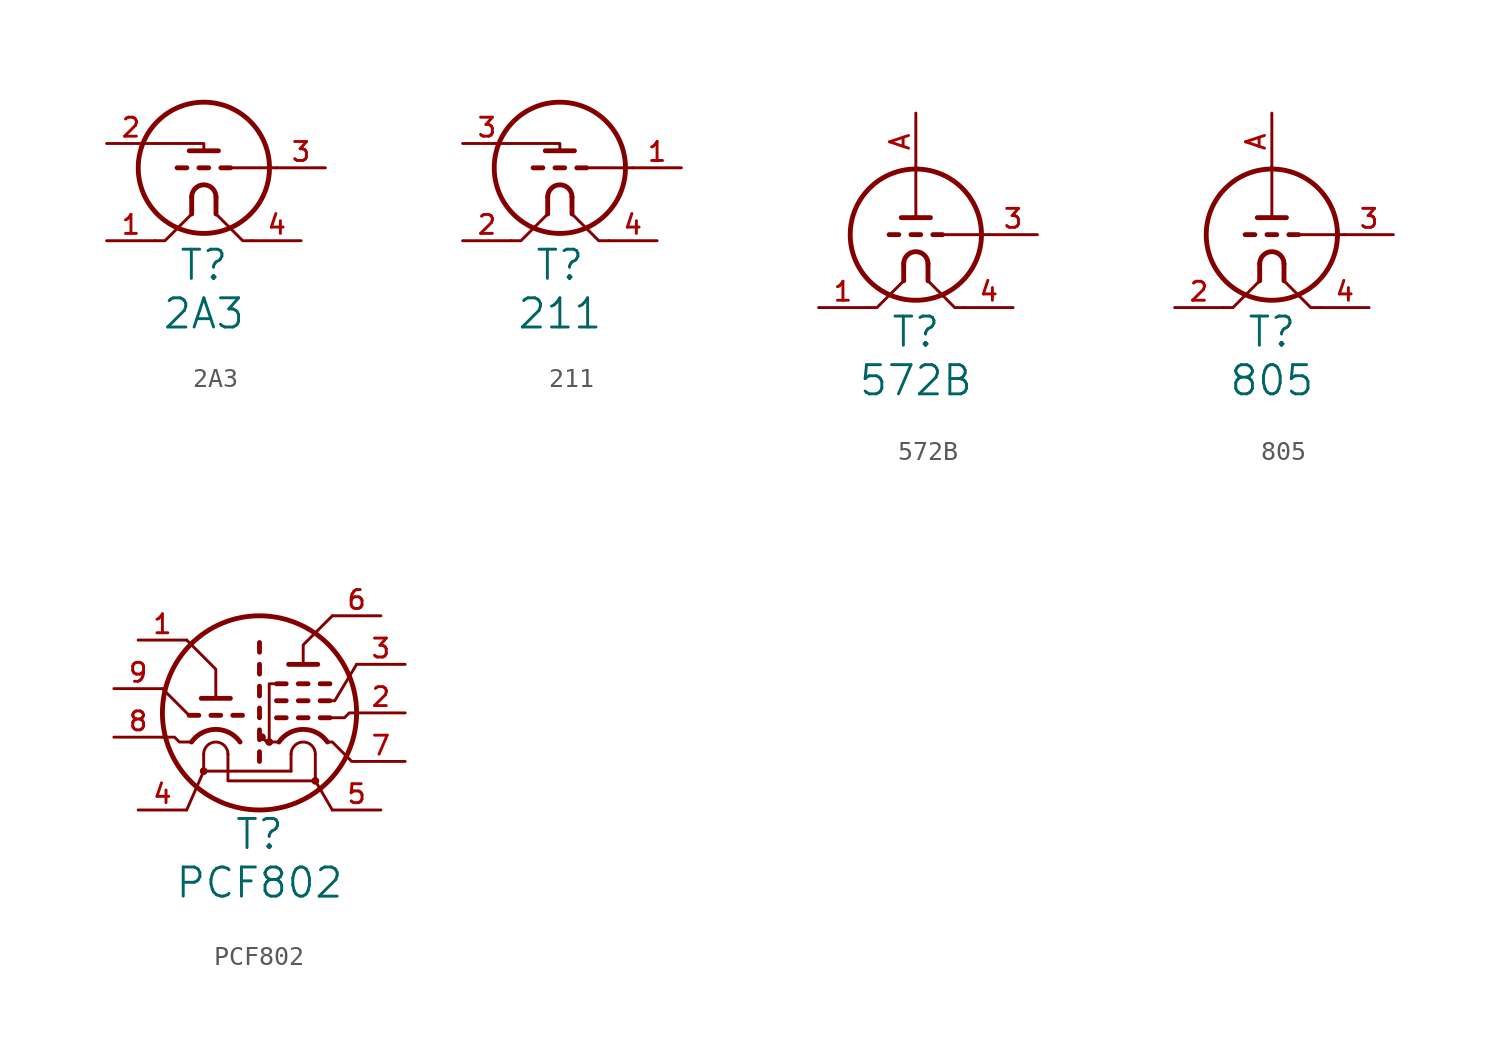
<source format=kicad_sym>
(kicad_symbol_lib
  (version 20220914)
  (generator kicad_symbol_editor)
  (symbol "2A3"
    (pin_names
      (offset 0.025) hide)
    (property "Reference" "T"
      (at 0 -5.08 0)
      (effects (font (size 1.524 1.524))))
    (property "Value" "2A3"
      (at 0 -7.62 0)
      (effects (font (size 1.524 1.524))))
    (property "Footprint" ""
      (at 2.286 0.635 0)
      (effects (font (size 1.524 1.524))))
    (property "Datasheet" ""
      (at 0 0 0)
      (effects (font (size 1.524 1.524))))
    (symbol "2A3_0_1"
      (polyline (pts (xy -1.397 0) (xy -0.889 0)) (stroke (width 0.254) (type solid)) (fill (type none)))
      (polyline (pts (xy -0.762 0.889) (xy 0.762 0.889)) (stroke (width 0.254) (type solid)) (fill (type none)))
      (polyline (pts (xy -0.635 -1.524) (xy -0.635 -2.413)) (stroke (width 0.254) (type solid)) (fill (type none)))
      (polyline (pts (xy -0.254 0) (xy 0.254 0)) (stroke (width 0.254) (type solid)) (fill (type none)))
      (polyline (pts (xy 0.635 -1.524) (xy 0.635 -2.413)) (stroke (width 0.254) (type solid)) (fill (type none)))
      (polyline (pts (xy 0.889 0) (xy 1.397 0)) (stroke (width 0.254) (type solid)) (fill (type none)))
      (polyline (pts (xy 3.81 0) (xy 1.397 0)) (stroke (width 0) (type solid)) (fill (type none)))
      (polyline (pts (xy -2.54 1.27) (xy 0 1.27) (xy 0 0.889)) (stroke (width 0) (type solid)) (fill (type none)))
      (polyline (pts (xy -0.635 -2.413) (xy -2.032 -3.81) (xy -2.54 -3.81)) (stroke (width 0) (type solid)) (fill (type none)))
      (polyline (pts (xy 0.635 -2.413) (xy 2.032 -3.81) (xy 2.54 -3.81)) (stroke (width 0) (type solid)) (fill (type none)))
      (arc (start 0.635 -1.524) (mid 0 -0.8917) (end -0.635 -1.524) (stroke (width 0.254) (type solid)) (fill (type none))))
    (symbol "2A3_1_1"
      (circle (center 0 0) (radius 3.429) (stroke (width 0.254) (type solid)) (fill (type none)))
      (pin input line (at -5.08 -3.81 0) (length 2.54) (name "k" (effects (font (size 0.762 0.762)))) (number "1" (effects (font (size 0.991 0.991)))))
      (pin input line (at -5.08 1.27 0) (length 2.54) (name "a" (effects (font (size 0.762 0.762)))) (number "2" (effects (font (size 0.991 0.991)))))
      (pin input line (at 6.35 0 180) (length 2.54) (name "g" (effects (font (size 0.762 0.762)))) (number "3" (effects (font (size 0.991 0.991)))))
      (pin input line (at 5.08 -3.81 180) (length 2.54) (name "k" (effects (font (size 0.762 0.762)))) (number "4" (effects (font (size 0.991 0.991)))))))
  (symbol "211"
    (pin_names
      (offset 0.025) hide)
    (property "Reference" "T"
      (at 0 -5.08 0)
      (effects (font (size 1.524 1.524))))
    (property "Value" "211"
      (at 0 -7.62 0)
      (effects (font (size 1.524 1.524))))
    (property "Footprint" ""
      (at 2.286 0.635 0)
      (effects (font (size 1.524 1.524))))
    (property "Datasheet" ""
      (at 0 0 0)
      (effects (font (size 1.524 1.524))))
    (symbol "211_0_1"
      (polyline (pts (xy -1.397 0) (xy -0.889 0)) (stroke (width 0.254) (type solid)) (fill (type none)))
      (polyline (pts (xy -0.762 0.889) (xy 0.762 0.889)) (stroke (width 0.254) (type solid)) (fill (type none)))
      (polyline (pts (xy -0.635 -1.524) (xy -0.635 -2.413)) (stroke (width 0.254) (type solid)) (fill (type none)))
      (polyline (pts (xy -0.254 0) (xy 0.254 0)) (stroke (width 0.254) (type solid)) (fill (type none)))
      (polyline (pts (xy 0.635 -1.524) (xy 0.635 -2.413)) (stroke (width 0.254) (type solid)) (fill (type none)))
      (polyline (pts (xy 0.889 0) (xy 1.397 0)) (stroke (width 0.254) (type solid)) (fill (type none)))
      (polyline (pts (xy 3.81 0) (xy 1.397 0)) (stroke (width 0) (type solid)) (fill (type none)))
      (polyline (pts (xy -2.54 1.27) (xy 0 1.27) (xy 0 0.889)) (stroke (width 0) (type solid)) (fill (type none)))
      (polyline (pts (xy -0.635 -2.413) (xy -2.032 -3.81) (xy -2.54 -3.81)) (stroke (width 0) (type solid)) (fill (type none)))
      (polyline (pts (xy 0.635 -2.413) (xy 2.032 -3.81) (xy 2.54 -3.81)) (stroke (width 0) (type solid)) (fill (type none)))
      (arc (start 0.635 -1.524) (mid 0 -0.8917) (end -0.635 -1.524) (stroke (width 0.254) (type solid)) (fill (type none))))
    (symbol "211_1_1"
      (circle (center 0 0) (radius 3.429) (stroke (width 0.254) (type solid)) (fill (type none)))
      (pin input line (at 6.35 0 180) (length 2.54) (name "g" (effects (font (size 0.762 0.762)))) (number "1" (effects (font (size 0.991 0.991)))))
      (pin input line (at -5.08 -3.81 0) (length 2.54) (name "k" (effects (font (size 0.762 0.762)))) (number "2" (effects (font (size 0.991 0.991)))))
      (pin input line (at -5.08 1.27 0) (length 2.54) (name "a" (effects (font (size 0.762 0.762)))) (number "3" (effects (font (size 0.991 0.991)))))
      (pin input line (at 5.08 -3.81 180) (length 2.54) (name "k" (effects (font (size 0.762 0.762)))) (number "4" (effects (font (size 0.991 0.991)))))))
  (symbol "572B"
    (pin_names
      (offset 0.025) hide)
    (property "Reference" "T"
      (at 0 -5.08 0)
      (effects (font (size 1.524 1.524))))
    (property "Value" "572B"
      (at 0 -7.62 0)
      (effects (font (size 1.524 1.524))))
    (property "Footprint" ""
      (at 2.286 0.635 0)
      (effects (font (size 1.524 1.524))))
    (property "Datasheet" ""
      (at 0 0 0)
      (effects (font (size 1.524 1.524))))
    (symbol "572B_0_1"
      (polyline (pts (xy -1.397 0) (xy -0.889 0)) (stroke (width 0.254) (type solid)) (fill (type none)))
      (polyline (pts (xy -0.762 0.889) (xy 0.762 0.889)) (stroke (width 0.254) (type solid)) (fill (type none)))
      (polyline (pts (xy -0.635 -1.524) (xy -0.635 -2.413)) (stroke (width 0.254) (type solid)) (fill (type none)))
      (polyline (pts (xy -0.254 0) (xy 0.254 0)) (stroke (width 0.254) (type solid)) (fill (type none)))
      (polyline (pts (xy 0 3.556) (xy 0 0.889)) (stroke (width 0) (type solid)) (fill (type none)))
      (polyline (pts (xy 0.635 -1.524) (xy 0.635 -2.413)) (stroke (width 0.254) (type solid)) (fill (type none)))
      (polyline (pts (xy 0.889 0) (xy 1.397 0)) (stroke (width 0.254) (type solid)) (fill (type none)))
      (polyline (pts (xy 3.81 0) (xy 1.397 0)) (stroke (width 0) (type solid)) (fill (type none)))
      (polyline (pts (xy -0.635 -2.413) (xy -2.032 -3.81) (xy -2.54 -3.81)) (stroke (width 0) (type solid)) (fill (type none)))
      (polyline (pts (xy 0.635 -2.413) (xy 2.032 -3.81) (xy 2.54 -3.81)) (stroke (width 0) (type solid)) (fill (type none)))
      (arc (start 0.635 -1.524) (mid 0 -0.8917) (end -0.635 -1.524) (stroke (width 0.254) (type solid)) (fill (type none))))
    (symbol "572B_1_1"
      (circle (center 0 0) (radius 3.429) (stroke (width 0.254) (type solid)) (fill (type none)))
      (pin input line (at -5.08 -3.81 0) (length 2.54) (name "k" (effects (font (size 0.762 0.762)))) (number "1" (effects (font (size 0.991 0.991)))))
      (pin input line (at 6.35 0 180) (length 2.54) (name "g" (effects (font (size 0.762 0.762)))) (number "3" (effects (font (size 0.991 0.991)))))
      (pin input line (at 5.08 -3.81 180) (length 2.54) (name "k" (effects (font (size 0.762 0.762)))) (number "4" (effects (font (size 0.991 0.991)))))
      (pin input line (at 0 6.35 270) (length 2.997) (name "A" (effects (font (size 0.762 0.762)))) (number "A" (effects (font (size 0.991 0.991)))))))
  (symbol "805"
    (pin_names
      (offset 0.025) hide)
    (property "Reference" "T"
      (at 0 -5.08 0)
      (effects (font (size 1.524 1.524))))
    (property "Value" "805"
      (at 0 -7.62 0)
      (effects (font (size 1.524 1.524))))
    (property "Footprint" ""
      (at 2.286 0.635 0)
      (effects (font (size 1.524 1.524))))
    (property "Datasheet" ""
      (at 0 0 0)
      (effects (font (size 1.524 1.524))))
    (symbol "805_0_1"
      (polyline (pts (xy -1.397 0) (xy -0.889 0)) (stroke (width 0.254) (type solid)) (fill (type none)))
      (polyline (pts (xy -0.762 0.889) (xy 0.762 0.889)) (stroke (width 0.254) (type solid)) (fill (type none)))
      (polyline (pts (xy -0.635 -1.524) (xy -0.635 -2.413)) (stroke (width 0.254) (type solid)) (fill (type none)))
      (polyline (pts (xy -0.254 0) (xy 0.254 0)) (stroke (width 0.254) (type solid)) (fill (type none)))
      (polyline (pts (xy 0 3.556) (xy 0 0.889)) (stroke (width 0) (type solid)) (fill (type none)))
      (polyline (pts (xy 0.635 -1.524) (xy 0.635 -2.413)) (stroke (width 0.254) (type solid)) (fill (type none)))
      (polyline (pts (xy 0.889 0) (xy 1.397 0)) (stroke (width 0.254) (type solid)) (fill (type none)))
      (polyline (pts (xy 3.81 0) (xy 1.397 0)) (stroke (width 0) (type solid)) (fill (type none)))
      (polyline (pts (xy -0.635 -2.413) (xy -2.032 -3.81) (xy -2.54 -3.81)) (stroke (width 0) (type solid)) (fill (type none)))
      (polyline (pts (xy 0.635 -2.413) (xy 2.032 -3.81) (xy 2.54 -3.81)) (stroke (width 0) (type solid)) (fill (type none)))
      (arc (start 0.635 -1.524) (mid 0 -0.8917) (end -0.635 -1.524) (stroke (width 0.254) (type solid)) (fill (type none))))
    (symbol "805_1_1"
      (circle (center 0 0) (radius 3.429) (stroke (width 0.254) (type solid)) (fill (type none)))
      (pin input line (at -5.08 -3.81 0) (length 2.54) (name "k" (effects (font (size 0.762 0.762)))) (number "2" (effects (font (size 0.991 0.991)))))
      (pin input line (at 6.35 0 180) (length 2.54) (name "g" (effects (font (size 0.762 0.762)))) (number "3" (effects (font (size 0.991 0.991)))))
      (pin input line (at 5.08 -3.81 180) (length 2.54) (name "k" (effects (font (size 0.762 0.762)))) (number "4" (effects (font (size 0.991 0.991)))))
      (pin input line (at 0 6.35 270) (length 2.997) (name "A" (effects (font (size 0.762 0.762)))) (number "A" (effects (font (size 0.991 0.991)))))))
  (symbol "PCF802"
    (pin_names
      (offset 0.025) hide)
    (property "Reference" "T"
      (at 0 -6.35 0)
      (effects (font (size 1.524 1.524))))
    (property "Value" "PCF802"
      (at 0 -8.89 0)
      (effects (font (size 1.524 1.524))))
    (property "Footprint" ""
      (at 2.286 0.635 0)
      (effects (font (size 1.524 1.524))))
    (property "Datasheet" ""
      (at 0 0 0)
      (effects (font (size 1.524 1.524))))
    (symbol "PCF802_0_1"
      (circle (center -2.921 -3.048) (radius 0.127) (stroke (width 0) (type solid)) (fill (type none)))
      (arc (start -1.651 -2.159) (mid -2.286 -1.5267) (end -2.921 -2.159) (stroke (width 0) (type solid)) (fill (type none)))
      (arc (start -1.016 -1.524) (mid -2.286 -0.8628) (end -3.556 -1.524) (stroke (width 0.254) (type solid)) (fill (type none)))
      (polyline (pts (xy -5.08 1.27) (xy -3.683 -0.127)) (stroke (width 0) (type solid)) (fill (type none)))
      (polyline (pts (xy -3.81 -5.08) (xy -2.921 -3.048)) (stroke (width 0) (type solid)) (fill (type none)))
      (polyline (pts (xy -3.683 -0.127) (xy -3.175 -0.127)) (stroke (width 0.254) (type solid)) (fill (type none)))
      (polyline (pts (xy -3.048 0.762) (xy -1.524 0.762)) (stroke (width 0.254) (type solid)) (fill (type none)))
      (polyline (pts (xy -2.921 -2.159) (xy -2.921 -3.048)) (stroke (width 0) (type solid)) (fill (type none)))
      (polyline (pts (xy -2.54 -0.127) (xy -2.032 -0.127)) (stroke (width 0.254) (type solid)) (fill (type none)))
      (polyline (pts (xy -1.397 -0.127) (xy -0.889 -0.127)) (stroke (width 0.254) (type solid)) (fill (type none)))
      (polyline (pts (xy 0 -2.54) (xy 0 -2.032)) (stroke (width 0.254) (type solid)) (fill (type none)))
      (polyline (pts (xy 0 -1.397) (xy 0 -0.889)) (stroke (width 0.254) (type solid)) (fill (type none)))
      (polyline (pts (xy 0 -0.254) (xy 0 0.254)) (stroke (width 0.254) (type solid)) (fill (type none)))
      (polyline (pts (xy 0 0.889) (xy 0 1.397)) (stroke (width 0.254) (type solid)) (fill (type none)))
      (polyline (pts (xy 0 2.032) (xy 0 2.54)) (stroke (width 0.254) (type solid)) (fill (type none)))
      (polyline (pts (xy 0 3.175) (xy 0 3.683)) (stroke (width 0.254) (type solid)) (fill (type none)))
      (polyline (pts (xy 0.889 -0.254) (xy 1.397 -0.254)) (stroke (width 0.254) (type solid)) (fill (type none)))
      (polyline (pts (xy 0.889 0.635) (xy 1.397 0.635)) (stroke (width 0.254) (type solid)) (fill (type none)))
      (polyline (pts (xy 0.889 1.524) (xy 1.397 1.524)) (stroke (width 0.254) (type solid)) (fill (type none)))
      (polyline (pts (xy 1.524 2.54) (xy 3.048 2.54)) (stroke (width 0.254) (type solid)) (fill (type none)))
      (polyline (pts (xy 1.651 -3.048) (xy -2.921 -3.048)) (stroke (width 0) (type solid)) (fill (type none)))
      (polyline (pts (xy 1.651 -2.159) (xy 1.651 -3.048)) (stroke (width 0) (type solid)) (fill (type none)))
      (polyline (pts (xy 2.032 -0.254) (xy 2.54 -0.254)) (stroke (width 0.254) (type solid)) (fill (type none)))
      (polyline (pts (xy 2.032 0.635) (xy 2.54 0.635)) (stroke (width 0.254) (type solid)) (fill (type none)))
      (polyline (pts (xy 2.032 1.524) (xy 2.54 1.524)) (stroke (width 0.254) (type solid)) (fill (type none)))
      (polyline (pts (xy 3.175 -0.254) (xy 3.683 -0.254)) (stroke (width 0.254) (type solid)) (fill (type none)))
      (polyline (pts (xy 3.175 0.635) (xy 3.683 0.635)) (stroke (width 0.254) (type solid)) (fill (type none)))
      (polyline (pts (xy 3.175 1.524) (xy 3.683 1.524)) (stroke (width 0.254) (type solid)) (fill (type none)))
      (polyline (pts (xy 3.81 -5.08) (xy 2.921 -3.556)) (stroke (width 0) (type solid)) (fill (type none)))
      (polyline (pts (xy -3.81 3.81) (xy -2.286 2.286) (xy -2.286 0.762)) (stroke (width 0) (type solid)) (fill (type none)))
      (polyline (pts (xy 0.508 -1.524) (xy 0.508 1.524) (xy 0.889 1.524)) (stroke (width 0) (type solid)) (fill (type none)))
      (polyline (pts (xy 1.016 -1.524) (xy 0.381 -1.524) (xy 0 -1.143)) (stroke (width 0) (type solid)) (fill (type none)))
      (polyline (pts (xy 3.683 0.635) (xy 3.937 0.635) (xy 5.08 2.54)) (stroke (width 0) (type solid)) (fill (type none)))
      (polyline (pts (xy 3.81 5.08) (xy 2.286 3.556) (xy 2.286 2.54)) (stroke (width 0) (type solid)) (fill (type none)))
      (polyline (pts (xy -5.08 -1.27) (xy -4.445 -1.27) (xy -4.191 -1.524) (xy -3.556 -1.524)) (stroke (width 0) (type solid)) (fill (type none)))
      (polyline (pts (xy -1.651 -2.159) (xy -1.651 -3.556) (xy 2.921 -3.556) (xy 2.921 -2.159)) (stroke (width 0) (type solid)) (fill (type none)))
      (polyline (pts (xy 3.556 -1.524) (xy 3.81 -1.524) (xy 4.826 -2.54) (xy 5.08 -2.54)) (stroke (width 0) (type solid)) (fill (type none)))
      (polyline (pts (xy 3.683 -0.254) (xy 4.445 -0.254) (xy 4.699 0) (xy 5.08 0)) (stroke (width 0) (type solid)) (fill (type none)))
      (circle (center 0 0) (radius 5.08) (stroke (width 0.254) (type solid)) (fill (type none)))
      (circle (center 0.127 -1.27) (radius 0.127) (stroke (width 0) (type solid)) (fill (type none)))
      (circle (center 0.508 -1.524) (radius 0.127) (stroke (width 0) (type solid)) (fill (type none)))
      (circle (center 2.921 -3.556) (radius 0.127) (stroke (width 0) (type solid)) (fill (type none)))
      (arc (start 2.921 -2.159) (mid 2.286 -1.5267) (end 1.651 -2.159) (stroke (width 0) (type solid)) (fill (type none)))
      (arc (start 3.556 -1.524) (mid 2.286 -0.8628) (end 1.016 -1.524) (stroke (width 0.254) (type solid)) (fill (type none))))
    (symbol "PCF802_1_1"
      (pin input line (at -6.35 3.81 0) (length 2.54) (name "aT" (effects (font (size 0.762 0.762)))) (number "1" (effects (font (size 0.991 0.991)))))
      (pin input line (at 7.62 0 180) (length 2.54) (name "g1" (effects (font (size 0.762 0.762)))) (number "2" (effects (font (size 0.991 0.991)))))
      (pin input line (at 7.62 2.54 180) (length 2.54) (name "g2" (effects (font (size 0.762 0.762)))) (number "3" (effects (font (size 0.991 0.991)))))
      (pin input line (at -6.35 -5.08 0) (length 2.54) (name "f" (effects (font (size 0.762 0.762)))) (number "4" (effects (font (size 0.991 0.991)))))
      (pin input line (at 6.35 -5.08 180) (length 2.54) (name "f" (effects (font (size 0.762 0.762)))) (number "5" (effects (font (size 0.991 0.991)))))
      (pin input line (at 6.35 5.08 180) (length 2.54) (name "aP" (effects (font (size 0.762 0.762)))) (number "6" (effects (font (size 0.991 0.991)))))
      (pin input line (at 7.62 -2.54 180) (length 2.54) (name "kP,g3,s" (effects (font (size 0.762 0.762)))) (number "7" (effects (font (size 0.991 0.991)))))
      (pin input line (at -7.62 -1.27 0) (length 2.54) (name "kT" (effects (font (size 0.762 0.762)))) (number "8" (effects (font (size 0.991 0.991)))))
      (pin input line (at -7.62 1.27 0) (length 2.54) (name "gT" (effects (font (size 0.762 0.762)))) (number "9" (effects (font (size 0.991 0.991))))))))
</source>
